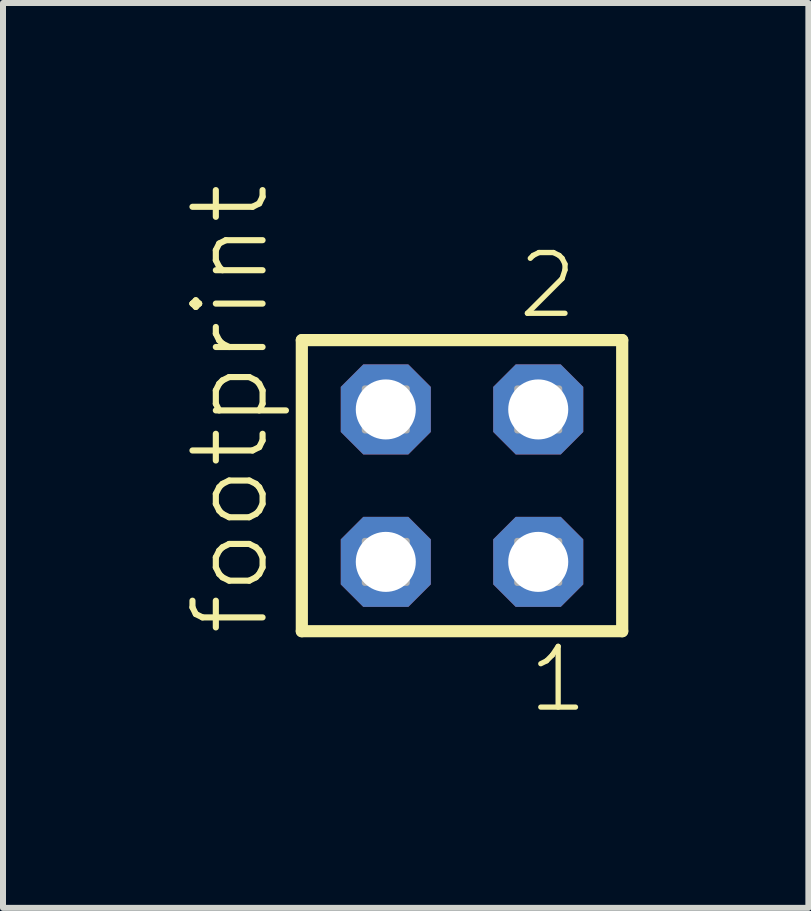
<source format=kicad_pcb>
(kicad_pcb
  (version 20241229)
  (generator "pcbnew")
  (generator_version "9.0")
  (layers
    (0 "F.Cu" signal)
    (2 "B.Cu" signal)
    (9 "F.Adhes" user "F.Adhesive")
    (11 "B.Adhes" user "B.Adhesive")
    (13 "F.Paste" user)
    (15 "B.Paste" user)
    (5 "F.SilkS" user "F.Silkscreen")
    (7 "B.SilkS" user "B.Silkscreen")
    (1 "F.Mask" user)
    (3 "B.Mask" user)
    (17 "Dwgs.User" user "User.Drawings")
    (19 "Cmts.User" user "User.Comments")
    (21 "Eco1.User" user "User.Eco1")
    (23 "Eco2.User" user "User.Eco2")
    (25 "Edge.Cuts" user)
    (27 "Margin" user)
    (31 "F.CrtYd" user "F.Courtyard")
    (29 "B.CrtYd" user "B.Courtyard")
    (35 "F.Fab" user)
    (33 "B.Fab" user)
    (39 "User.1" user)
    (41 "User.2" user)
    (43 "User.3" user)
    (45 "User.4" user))
  (footprint "footprint"
    (layer "F.Cu")
    (at 4.648 5.042)
    (property "Reference" "footprint" (at -3.175 2.54 90) (layer "F.SilkS") (effects (font (size 1.168 1.168) (thickness 0.102)) (justify left bottom)))
    (fp_line (start -2.669 -2.425) (end 2.669 -2.425) (stroke (width 0.203) (type solid)) (layer "F.SilkS"))
    (fp_line (start -2.669 2.425) (end -2.669 -2.425) (stroke (width 0.203) (type solid)) (layer "F.SilkS"))
    (fp_line (start 2.669 -2.425) (end 2.669 2.425) (stroke (width 0.203) (type solid)) (layer "F.SilkS"))
    (fp_line (start 2.669 2.425) (end -2.669 2.425) (stroke (width 0.203) (type solid)) (layer "F.SilkS"))
    (fp_poly (pts (xy -1.62 -0.92) (xy -0.92 -0.92) (xy -0.92 -1.62) (xy -1.62 -1.62)) (stroke (width 0.1) (type solid)) (fill no) (layer "F.Fab"))
    (fp_poly (pts (xy -1.62 1.62) (xy -0.92 1.62) (xy -0.92 0.92) (xy -1.62 0.92)) (stroke (width 0.1) (type solid)) (fill no) (layer "F.Fab"))
    (fp_poly (pts (xy 0.92 -0.92) (xy 1.62 -0.92) (xy 1.62 -1.62) (xy 0.92 -1.62)) (stroke (width 0.1) (type solid)) (fill no) (layer "F.Fab"))
    (fp_poly (pts (xy 0.92 1.62) (xy 1.62 1.62) (xy 1.62 0.92) (xy 0.92 0.92)) (stroke (width 0.1) (type solid)) (fill no) (layer "F.Fab"))
    (fp_text user "1" (at 1.062 3.818 0) (layer "F.SilkS") (effects (font (size 1.012 1.012) (thickness 0.088)) (justify left bottom)))
    (fp_text user "2" (at 0.887 -2.744 0) (layer "F.SilkS") (effects (font (size 1.012 1.012) (thickness 0.088)) (justify left bottom)))
    (pad "1" thru_hole roundrect (at 1.27 1.27 180) (size 1.5 1.5) (drill 1) (layers "*.Cu" "*.Mask") (roundrect_rratio 0.25) (chamfer_ratio 0.25) (chamfer top_left top_right bottom_left bottom_right))
    (pad "2" thru_hole roundrect (at 1.27 -1.27 180) (size 1.5 1.5) (drill 1) (layers "*.Cu" "*.Mask") (roundrect_rratio 0.25) (chamfer_ratio 0.25) (chamfer top_left top_right bottom_left bottom_right))
    (pad "3" thru_hole roundrect (at -1.27 1.27 180) (size 1.5 1.5) (drill 1) (layers "*.Cu" "*.Mask") (roundrect_rratio 0.25) (chamfer_ratio 0.25) (chamfer top_left top_right bottom_left bottom_right))
    (pad "4" thru_hole roundrect (at -1.27 -1.27 180) (size 1.5 1.5) (drill 1) (layers "*.Cu" "*.Mask") (roundrect_rratio 0.25) (chamfer_ratio 0.25) (chamfer top_left top_right bottom_left bottom_right)))
  (gr_rect
    (start -3 -3)
    (end 10.419 12.077)
    (stroke (width 0.1) (type default))
    (fill no)
    (layer "Edge.Cuts")))
</source>
